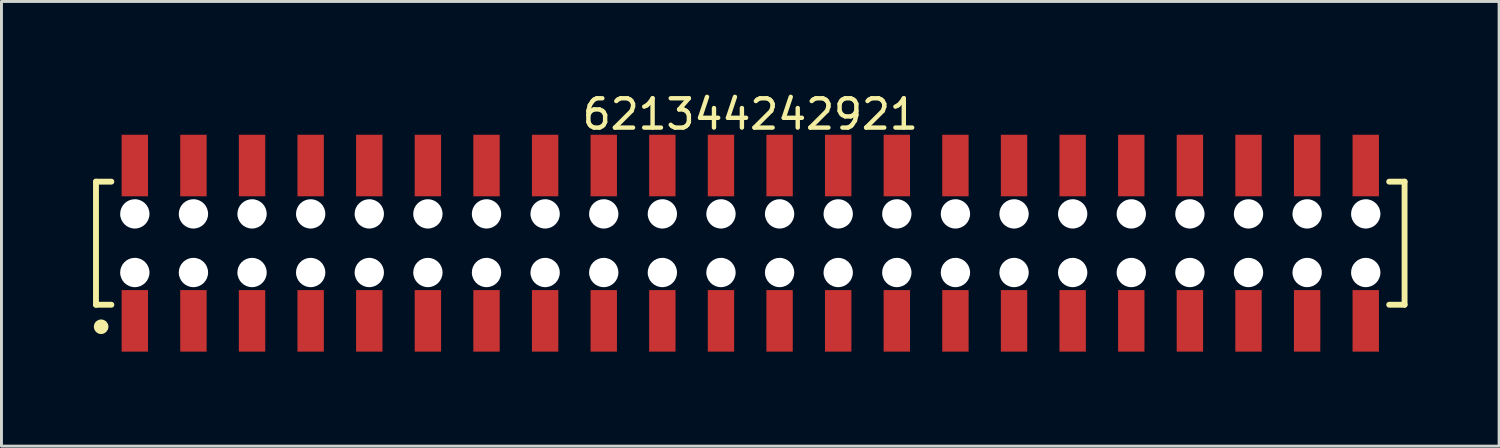
<source format=kicad_pcb>
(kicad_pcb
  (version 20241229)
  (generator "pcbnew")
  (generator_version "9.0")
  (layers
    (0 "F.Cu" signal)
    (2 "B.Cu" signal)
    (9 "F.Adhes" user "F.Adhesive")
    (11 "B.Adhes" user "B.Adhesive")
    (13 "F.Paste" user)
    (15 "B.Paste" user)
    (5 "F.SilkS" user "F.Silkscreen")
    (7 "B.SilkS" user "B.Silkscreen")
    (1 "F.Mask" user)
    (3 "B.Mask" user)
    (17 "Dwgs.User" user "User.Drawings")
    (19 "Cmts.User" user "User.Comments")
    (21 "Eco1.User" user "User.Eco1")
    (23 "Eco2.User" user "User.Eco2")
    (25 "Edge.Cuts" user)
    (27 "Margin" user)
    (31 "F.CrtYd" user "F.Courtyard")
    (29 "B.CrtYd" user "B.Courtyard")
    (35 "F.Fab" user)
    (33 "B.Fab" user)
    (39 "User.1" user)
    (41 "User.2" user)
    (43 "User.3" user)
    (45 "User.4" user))
  (footprint "621344242921"
    (layer "F.Cu")
    (at 22.55 5.248)
    (property "Reference" "621344242921" (at 0 -4.4 0) (layer "F.SilkS") (effects (font (size 1 1) (thickness 0.15))))
    (fp_line (start -22.325 -2.1) (end -21.8 -2.1) (stroke (width 0.2) (type solid)) (layer "F.SilkS"))
    (fp_line (start -22.325 2.1) (end -22.325 -2.1) (stroke (width 0.2) (type solid)) (layer "F.SilkS"))
    (fp_line (start -22.325 2.1) (end -21.8 2.1) (stroke (width 0.2) (type solid)) (layer "F.SilkS"))
    (fp_line (start 21.8 -2.1) (end 22.325 -2.1) (stroke (width 0.2) (type solid)) (layer "F.SilkS"))
    (fp_line (start 21.8 2.1) (end 22.325 2.1) (stroke (width 0.2) (type solid)) (layer "F.SilkS"))
    (fp_line (start 22.325 2.1) (end 22.325 -2.1) (stroke (width 0.2) (type solid)) (layer "F.SilkS"))
    (fp_circle (center -22.15 2.85) (end -22.15 2.725) (stroke (width 0.25) (type solid)) (fill no) (layer "F.SilkS"))
    (fp_line (start -22.525 -3.9) (end 22.525 -3.9) (stroke (width 0.05) (type solid)) (layer "Eco2.User"))
    (fp_line (start -22.525 3.9) (end -22.525 -3.9) (stroke (width 0.05) (type solid)) (layer "Eco2.User"))
    (fp_line (start -22.525 3.9) (end 22.525 3.9) (stroke (width 0.05) (type solid)) (layer "Eco2.User"))
    (fp_line (start -22.2 -2) (end 22.2 -2) (stroke (width 0.1) (type solid)) (layer "Eco2.User"))
    (fp_line (start -22.2 2) (end -22.2 -2) (stroke (width 0.1) (type solid)) (layer "Eco2.User"))
    (fp_line (start -22.2 2) (end 22.2 2) (stroke (width 0.1) (type solid)) (layer "Eco2.User"))
    (fp_line (start -21.25 -3.1) (end -20.75 -3.1) (stroke (width 0.1) (type solid)) (layer "Eco2.User"))
    (fp_line (start -21.25 -2) (end -21.25 -3.1) (stroke (width 0.1) (type solid)) (layer "Eco2.User"))
    (fp_line (start -21.25 3.1) (end -21.25 2) (stroke (width 0.1) (type solid)) (layer "Eco2.User"))
    (fp_line (start -21.25 3.1) (end -20.75 3.1) (stroke (width 0.1) (type solid)) (layer "Eco2.User"))
    (fp_line (start -20.75 -2) (end -20.75 -3.1) (stroke (width 0.1) (type solid)) (layer "Eco2.User"))
    (fp_line (start -20.75 3.1) (end -20.75 2) (stroke (width 0.1) (type solid)) (layer "Eco2.User"))
    (fp_line (start -19.25 -3.1) (end -18.75 -3.1) (stroke (width 0.1) (type solid)) (layer "Eco2.User"))
    (fp_line (start -19.25 -2) (end -19.25 -3.1) (stroke (width 0.1) (type solid)) (layer "Eco2.User"))
    (fp_line (start -19.25 3.1) (end -19.25 2) (stroke (width 0.1) (type solid)) (layer "Eco2.User"))
    (fp_line (start -19.25 3.1) (end -18.75 3.1) (stroke (width 0.1) (type solid)) (layer "Eco2.User"))
    (fp_line (start -18.75 -2) (end -18.75 -3.1) (stroke (width 0.1) (type solid)) (layer "Eco2.User"))
    (fp_line (start -18.75 3.1) (end -18.75 2) (stroke (width 0.1) (type solid)) (layer "Eco2.User"))
    (fp_line (start -17.25 -3.1) (end -16.75 -3.1) (stroke (width 0.1) (type solid)) (layer "Eco2.User"))
    (fp_line (start -17.25 -2) (end -17.25 -3.1) (stroke (width 0.1) (type solid)) (layer "Eco2.User"))
    (fp_line (start -17.25 3.1) (end -17.25 2) (stroke (width 0.1) (type solid)) (layer "Eco2.User"))
    (fp_line (start -17.25 3.1) (end -16.75 3.1) (stroke (width 0.1) (type solid)) (layer "Eco2.User"))
    (fp_line (start -16.75 -2) (end -16.75 -3.1) (stroke (width 0.1) (type solid)) (layer "Eco2.User"))
    (fp_line (start -16.75 3.1) (end -16.75 2) (stroke (width 0.1) (type solid)) (layer "Eco2.User"))
    (fp_line (start -15.25 -3.1) (end -14.75 -3.1) (stroke (width 0.1) (type solid)) (layer "Eco2.User"))
    (fp_line (start -15.25 -2) (end -15.25 -3.1) (stroke (width 0.1) (type solid)) (layer "Eco2.User"))
    (fp_line (start -15.25 3.1) (end -15.25 2) (stroke (width 0.1) (type solid)) (layer "Eco2.User"))
    (fp_line (start -15.25 3.1) (end -14.75 3.1) (stroke (width 0.1) (type solid)) (layer "Eco2.User"))
    (fp_line (start -14.75 -2) (end -14.75 -3.1) (stroke (width 0.1) (type solid)) (layer "Eco2.User"))
    (fp_line (start -14.75 3.1) (end -14.75 2) (stroke (width 0.1) (type solid)) (layer "Eco2.User"))
    (fp_line (start -13.25 -3.1) (end -12.75 -3.1) (stroke (width 0.1) (type solid)) (layer "Eco2.User"))
    (fp_line (start -13.25 -2) (end -13.25 -3.1) (stroke (width 0.1) (type solid)) (layer "Eco2.User"))
    (fp_line (start -13.25 3.1) (end -13.25 2) (stroke (width 0.1) (type solid)) (layer "Eco2.User"))
    (fp_line (start -13.25 3.1) (end -12.75 3.1) (stroke (width 0.1) (type solid)) (layer "Eco2.User"))
    (fp_line (start -12.75 -2) (end -12.75 -3.1) (stroke (width 0.1) (type solid)) (layer "Eco2.User"))
    (fp_line (start -12.75 3.1) (end -12.75 2) (stroke (width 0.1) (type solid)) (layer "Eco2.User"))
    (fp_line (start -11.25 -3.1) (end -10.75 -3.1) (stroke (width 0.1) (type solid)) (layer "Eco2.User"))
    (fp_line (start -11.25 -2) (end -11.25 -3.1) (stroke (width 0.1) (type solid)) (layer "Eco2.User"))
    (fp_line (start -11.25 3.1) (end -11.25 2) (stroke (width 0.1) (type solid)) (layer "Eco2.User"))
    (fp_line (start -11.25 3.1) (end -10.75 3.1) (stroke (width 0.1) (type solid)) (layer "Eco2.User"))
    (fp_line (start -10.75 -2) (end -10.75 -3.1) (stroke (width 0.1) (type solid)) (layer "Eco2.User"))
    (fp_line (start -10.75 3.1) (end -10.75 2) (stroke (width 0.1) (type solid)) (layer "Eco2.User"))
    (fp_line (start -9.25 -3.1) (end -8.75 -3.1) (stroke (width 0.1) (type solid)) (layer "Eco2.User"))
    (fp_line (start -9.25 -2) (end -9.25 -3.1) (stroke (width 0.1) (type solid)) (layer "Eco2.User"))
    (fp_line (start -9.25 3.1) (end -9.25 2) (stroke (width 0.1) (type solid)) (layer "Eco2.User"))
    (fp_line (start -9.25 3.1) (end -8.75 3.1) (stroke (width 0.1) (type solid)) (layer "Eco2.User"))
    (fp_line (start -8.75 -2) (end -8.75 -3.1) (stroke (width 0.1) (type solid)) (layer "Eco2.User"))
    (fp_line (start -8.75 3.1) (end -8.75 2) (stroke (width 0.1) (type solid)) (layer "Eco2.User"))
    (fp_line (start -7.25 -3.1) (end -6.75 -3.1) (stroke (width 0.1) (type solid)) (layer "Eco2.User"))
    (fp_line (start -7.25 -2) (end -7.25 -3.1) (stroke (width 0.1) (type solid)) (layer "Eco2.User"))
    (fp_line (start -7.25 3.1) (end -7.25 2) (stroke (width 0.1) (type solid)) (layer "Eco2.User"))
    (fp_line (start -7.25 3.1) (end -6.75 3.1) (stroke (width 0.1) (type solid)) (layer "Eco2.User"))
    (fp_line (start -6.75 -2) (end -6.75 -3.1) (stroke (width 0.1) (type solid)) (layer "Eco2.User"))
    (fp_line (start -6.75 3.1) (end -6.75 2) (stroke (width 0.1) (type solid)) (layer "Eco2.User"))
    (fp_line (start -5.25 -3.1) (end -4.75 -3.1) (stroke (width 0.1) (type solid)) (layer "Eco2.User"))
    (fp_line (start -5.25 -2) (end -5.25 -3.1) (stroke (width 0.1) (type solid)) (layer "Eco2.User"))
    (fp_line (start -5.25 3.1) (end -5.25 2) (stroke (width 0.1) (type solid)) (layer "Eco2.User"))
    (fp_line (start -5.25 3.1) (end -4.75 3.1) (stroke (width 0.1) (type solid)) (layer "Eco2.User"))
    (fp_line (start -4.75 -2) (end -4.75 -3.1) (stroke (width 0.1) (type solid)) (layer "Eco2.User"))
    (fp_line (start -4.75 3.1) (end -4.75 2) (stroke (width 0.1) (type solid)) (layer "Eco2.User"))
    (fp_line (start -3.25 -3.1) (end -2.75 -3.1) (stroke (width 0.1) (type solid)) (layer "Eco2.User"))
    (fp_line (start -3.25 -2) (end -3.25 -3.1) (stroke (width 0.1) (type solid)) (layer "Eco2.User"))
    (fp_line (start -3.25 3.1) (end -3.25 2) (stroke (width 0.1) (type solid)) (layer "Eco2.User"))
    (fp_line (start -3.25 3.1) (end -2.75 3.1) (stroke (width 0.1) (type solid)) (layer "Eco2.User"))
    (fp_line (start -2.75 -2) (end -2.75 -3.1) (stroke (width 0.1) (type solid)) (layer "Eco2.User"))
    (fp_line (start -2.75 3.1) (end -2.75 2) (stroke (width 0.1) (type solid)) (layer "Eco2.User"))
    (fp_line (start -1.25 -3.1) (end -0.75 -3.1) (stroke (width 0.1) (type solid)) (layer "Eco2.User"))
    (fp_line (start -1.25 -2) (end -1.25 -3.1) (stroke (width 0.1) (type solid)) (layer "Eco2.User"))
    (fp_line (start -1.25 3.1) (end -1.25 2) (stroke (width 0.1) (type solid)) (layer "Eco2.User"))
    (fp_line (start -1.25 3.1) (end -0.75 3.1) (stroke (width 0.1) (type solid)) (layer "Eco2.User"))
    (fp_line (start -0.75 -2) (end -0.75 -3.1) (stroke (width 0.1) (type solid)) (layer "Eco2.User"))
    (fp_line (start -0.75 3.1) (end -0.75 2) (stroke (width 0.1) (type solid)) (layer "Eco2.User"))
    (fp_line (start -0.5 0) (end 0.5 0) (stroke (width 0.05) (type solid)) (layer "Eco2.User"))
    (fp_line (start 0 0.5) (end 0 -0.5) (stroke (width 0.05) (type solid)) (layer "Eco2.User"))
    (fp_line (start 0.75 -3.1) (end 1.25 -3.1) (stroke (width 0.1) (type solid)) (layer "Eco2.User"))
    (fp_line (start 0.75 -2) (end 0.75 -3.1) (stroke (width 0.1) (type solid)) (layer "Eco2.User"))
    (fp_line (start 0.75 3.1) (end 0.75 2) (stroke (width 0.1) (type solid)) (layer "Eco2.User"))
    (fp_line (start 0.75 3.1) (end 1.25 3.1) (stroke (width 0.1) (type solid)) (layer "Eco2.User"))
    (fp_line (start 1.25 -2) (end 1.25 -3.1) (stroke (width 0.1) (type solid)) (layer "Eco2.User"))
    (fp_line (start 1.25 3.1) (end 1.25 2) (stroke (width 0.1) (type solid)) (layer "Eco2.User"))
    (fp_line (start 2.75 -3.1) (end 3.25 -3.1) (stroke (width 0.1) (type solid)) (layer "Eco2.User"))
    (fp_line (start 2.75 -2) (end 2.75 -3.1) (stroke (width 0.1) (type solid)) (layer "Eco2.User"))
    (fp_line (start 2.75 3.1) (end 2.75 2) (stroke (width 0.1) (type solid)) (layer "Eco2.User"))
    (fp_line (start 2.75 3.1) (end 3.25 3.1) (stroke (width 0.1) (type solid)) (layer "Eco2.User"))
    (fp_line (start 3.25 -2) (end 3.25 -3.1) (stroke (width 0.1) (type solid)) (layer "Eco2.User"))
    (fp_line (start 3.25 3.1) (end 3.25 2) (stroke (width 0.1) (type solid)) (layer "Eco2.User"))
    (fp_line (start 4.75 -3.1) (end 5.25 -3.1) (stroke (width 0.1) (type solid)) (layer "Eco2.User"))
    (fp_line (start 4.75 -2) (end 4.75 -3.1) (stroke (width 0.1) (type solid)) (layer "Eco2.User"))
    (fp_line (start 4.75 3.1) (end 4.75 2) (stroke (width 0.1) (type solid)) (layer "Eco2.User"))
    (fp_line (start 4.75 3.1) (end 5.25 3.1) (stroke (width 0.1) (type solid)) (layer "Eco2.User"))
    (fp_line (start 5.25 -2) (end 5.25 -3.1) (stroke (width 0.1) (type solid)) (layer "Eco2.User"))
    (fp_line (start 5.25 3.1) (end 5.25 2) (stroke (width 0.1) (type solid)) (layer "Eco2.User"))
    (fp_line (start 6.75 -3.1) (end 7.25 -3.1) (stroke (width 0.1) (type solid)) (layer "Eco2.User"))
    (fp_line (start 6.75 -2) (end 6.75 -3.1) (stroke (width 0.1) (type solid)) (layer "Eco2.User"))
    (fp_line (start 6.75 3.1) (end 6.75 2) (stroke (width 0.1) (type solid)) (layer "Eco2.User"))
    (fp_line (start 6.75 3.1) (end 7.25 3.1) (stroke (width 0.1) (type solid)) (layer "Eco2.User"))
    (fp_line (start 7.25 -2) (end 7.25 -3.1) (stroke (width 0.1) (type solid)) (layer "Eco2.User"))
    (fp_line (start 7.25 3.1) (end 7.25 2) (stroke (width 0.1) (type solid)) (layer "Eco2.User"))
    (fp_line (start 8.75 -3.1) (end 9.25 -3.1) (stroke (width 0.1) (type solid)) (layer "Eco2.User"))
    (fp_line (start 8.75 -2) (end 8.75 -3.1) (stroke (width 0.1) (type solid)) (layer "Eco2.User"))
    (fp_line (start 8.75 3.1) (end 8.75 2) (stroke (width 0.1) (type solid)) (layer "Eco2.User"))
    (fp_line (start 8.75 3.1) (end 9.25 3.1) (stroke (width 0.1) (type solid)) (layer "Eco2.User"))
    (fp_line (start 9.25 -2) (end 9.25 -3.1) (stroke (width 0.1) (type solid)) (layer "Eco2.User"))
    (fp_line (start 9.25 3.1) (end 9.25 2) (stroke (width 0.1) (type solid)) (layer "Eco2.User"))
    (fp_line (start 10.75 -3.1) (end 11.25 -3.1) (stroke (width 0.1) (type solid)) (layer "Eco2.User"))
    (fp_line (start 10.75 -2) (end 10.75 -3.1) (stroke (width 0.1) (type solid)) (layer "Eco2.User"))
    (fp_line (start 10.75 3.1) (end 10.75 2) (stroke (width 0.1) (type solid)) (layer "Eco2.User"))
    (fp_line (start 10.75 3.1) (end 11.25 3.1) (stroke (width 0.1) (type solid)) (layer "Eco2.User"))
    (fp_line (start 11.25 -2) (end 11.25 -3.1) (stroke (width 0.1) (type solid)) (layer "Eco2.User"))
    (fp_line (start 11.25 3.1) (end 11.25 2) (stroke (width 0.1) (type solid)) (layer "Eco2.User"))
    (fp_line (start 12.75 -3.1) (end 13.25 -3.1) (stroke (width 0.1) (type solid)) (layer "Eco2.User"))
    (fp_line (start 12.75 -2) (end 12.75 -3.1) (stroke (width 0.1) (type solid)) (layer "Eco2.User"))
    (fp_line (start 12.75 3.1) (end 12.75 2) (stroke (width 0.1) (type solid)) (layer "Eco2.User"))
    (fp_line (start 12.75 3.1) (end 13.25 3.1) (stroke (width 0.1) (type solid)) (layer "Eco2.User"))
    (fp_line (start 13.25 -2) (end 13.25 -3.1) (stroke (width 0.1) (type solid)) (layer "Eco2.User"))
    (fp_line (start 13.25 3.1) (end 13.25 2) (stroke (width 0.1) (type solid)) (layer "Eco2.User"))
    (fp_line (start 14.75 -3.1) (end 15.25 -3.1) (stroke (width 0.1) (type solid)) (layer "Eco2.User"))
    (fp_line (start 14.75 -2) (end 14.75 -3.1) (stroke (width 0.1) (type solid)) (layer "Eco2.User"))
    (fp_line (start 14.75 3.1) (end 14.75 2) (stroke (width 0.1) (type solid)) (layer "Eco2.User"))
    (fp_line (start 14.75 3.1) (end 15.25 3.1) (stroke (width 0.1) (type solid)) (layer "Eco2.User"))
    (fp_line (start 15.25 -2) (end 15.25 -3.1) (stroke (width 0.1) (type solid)) (layer "Eco2.User"))
    (fp_line (start 15.25 3.1) (end 15.25 2) (stroke (width 0.1) (type solid)) (layer "Eco2.User"))
    (fp_line (start 16.75 -3.1) (end 17.25 -3.1) (stroke (width 0.1) (type solid)) (layer "Eco2.User"))
    (fp_line (start 16.75 -2) (end 16.75 -3.1) (stroke (width 0.1) (type solid)) (layer "Eco2.User"))
    (fp_line (start 16.75 3.1) (end 16.75 2) (stroke (width 0.1) (type solid)) (layer "Eco2.User"))
    (fp_line (start 16.75 3.1) (end 17.25 3.1) (stroke (width 0.1) (type solid)) (layer "Eco2.User"))
    (fp_line (start 17.25 -2) (end 17.25 -3.1) (stroke (width 0.1) (type solid)) (layer "Eco2.User"))
    (fp_line (start 17.25 3.1) (end 17.25 2) (stroke (width 0.1) (type solid)) (layer "Eco2.User"))
    (fp_line (start 18.75 -3.1) (end 19.25 -3.1) (stroke (width 0.1) (type solid)) (layer "Eco2.User"))
    (fp_line (start 18.75 -2) (end 18.75 -3.1) (stroke (width 0.1) (type solid)) (layer "Eco2.User"))
    (fp_line (start 18.75 3.1) (end 18.75 2) (stroke (width 0.1) (type solid)) (layer "Eco2.User"))
    (fp_line (start 18.75 3.1) (end 19.25 3.1) (stroke (width 0.1) (type solid)) (layer "Eco2.User"))
    (fp_line (start 19.25 -2) (end 19.25 -3.1) (stroke (width 0.1) (type solid)) (layer "Eco2.User"))
    (fp_line (start 19.25 3.1) (end 19.25 2) (stroke (width 0.1) (type solid)) (layer "Eco2.User"))
    (fp_line (start 20.75 -3.1) (end 21.25 -3.1) (stroke (width 0.1) (type solid)) (layer "Eco2.User"))
    (fp_line (start 20.75 -2) (end 20.75 -3.1) (stroke (width 0.1) (type solid)) (layer "Eco2.User"))
    (fp_line (start 20.75 3.1) (end 20.75 2) (stroke (width 0.1) (type solid)) (layer "Eco2.User"))
    (fp_line (start 20.75 3.1) (end 21.25 3.1) (stroke (width 0.1) (type solid)) (layer "Eco2.User"))
    (fp_line (start 21.25 -2) (end 21.25 -3.1) (stroke (width 0.1) (type solid)) (layer "Eco2.User"))
    (fp_line (start 21.25 3.1) (end 21.25 2) (stroke (width 0.1) (type solid)) (layer "Eco2.User"))
    (fp_line (start 22.2 2) (end 22.2 -2) (stroke (width 0.1) (type solid)) (layer "Eco2.User"))
    (fp_line (start 22.525 3.9) (end 22.525 -3.9) (stroke (width 0.05) (type solid)) (layer "Eco2.User"))
    (fp_text user "${REFERENCE}" (at 0.15 -0.197 0) (unlocked yes) (layer "User.3") (effects (font (size 1.5 1.5) (thickness 0.15))))
    (pad "" np_thru_hole circle (at -21 -1) (size 1 1) (drill 1) (layers "*.Cu" "*.Mask"))
    (pad "" np_thru_hole circle (at -21 1) (size 1 1) (drill 1) (layers "*.Cu" "*.Mask"))
    (pad "" np_thru_hole circle (at -19 -1) (size 1 1) (drill 1) (layers "*.Cu" "*.Mask"))
    (pad "" np_thru_hole circle (at -19 1) (size 1 1) (drill 1) (layers "*.Cu" "*.Mask"))
    (pad "" np_thru_hole circle (at -17 -1) (size 1 1) (drill 1) (layers "*.Cu" "*.Mask"))
    (pad "" np_thru_hole circle (at -17 1) (size 1 1) (drill 1) (layers "*.Cu" "*.Mask"))
    (pad "" np_thru_hole circle (at -15 -1) (size 1 1) (drill 1) (layers "*.Cu" "*.Mask"))
    (pad "" np_thru_hole circle (at -15 1) (size 1 1) (drill 1) (layers "*.Cu" "*.Mask"))
    (pad "" np_thru_hole circle (at -13 -1) (size 1 1) (drill 1) (layers "*.Cu" "*.Mask"))
    (pad "" np_thru_hole circle (at -13 1) (size 1 1) (drill 1) (layers "*.Cu" "*.Mask"))
    (pad "" np_thru_hole circle (at -11 -1) (size 1 1) (drill 1) (layers "*.Cu" "*.Mask"))
    (pad "" np_thru_hole circle (at -11 1) (size 1 1) (drill 1) (layers "*.Cu" "*.Mask"))
    (pad "" np_thru_hole circle (at -9 -1) (size 1 1) (drill 1) (layers "*.Cu" "*.Mask"))
    (pad "" np_thru_hole circle (at -9 1) (size 1 1) (drill 1) (layers "*.Cu" "*.Mask"))
    (pad "" np_thru_hole circle (at -7 -1) (size 1 1) (drill 1) (layers "*.Cu" "*.Mask"))
    (pad "" np_thru_hole circle (at -7 1) (size 1 1) (drill 1) (layers "*.Cu" "*.Mask"))
    (pad "" np_thru_hole circle (at -5 -1) (size 1 1) (drill 1) (layers "*.Cu" "*.Mask"))
    (pad "" np_thru_hole circle (at -5 1) (size 1 1) (drill 1) (layers "*.Cu" "*.Mask"))
    (pad "" np_thru_hole circle (at -3 -1) (size 1 1) (drill 1) (layers "*.Cu" "*.Mask"))
    (pad "" np_thru_hole circle (at -3 1) (size 1 1) (drill 1) (layers "*.Cu" "*.Mask"))
    (pad "" np_thru_hole circle (at -1 -1) (size 1 1) (drill 1) (layers "*.Cu" "*.Mask"))
    (pad "" np_thru_hole circle (at -1 1) (size 1 1) (drill 1) (layers "*.Cu" "*.Mask"))
    (pad "" np_thru_hole circle (at 1 -1) (size 1 1) (drill 1) (layers "*.Cu" "*.Mask"))
    (pad "" np_thru_hole circle (at 1 1) (size 1 1) (drill 1) (layers "*.Cu" "*.Mask"))
    (pad "" np_thru_hole circle (at 3 -1) (size 1 1) (drill 1) (layers "*.Cu" "*.Mask"))
    (pad "" np_thru_hole circle (at 3 1) (size 1 1) (drill 1) (layers "*.Cu" "*.Mask"))
    (pad "" np_thru_hole circle (at 5 -1) (size 1 1) (drill 1) (layers "*.Cu" "*.Mask"))
    (pad "" np_thru_hole circle (at 5 1) (size 1 1) (drill 1) (layers "*.Cu" "*.Mask"))
    (pad "" np_thru_hole circle (at 7 -1) (size 1 1) (drill 1) (layers "*.Cu" "*.Mask"))
    (pad "" np_thru_hole circle (at 7 1) (size 1 1) (drill 1) (layers "*.Cu" "*.Mask"))
    (pad "" np_thru_hole circle (at 9 -1) (size 1 1) (drill 1) (layers "*.Cu" "*.Mask"))
    (pad "" np_thru_hole circle (at 9 1) (size 1 1) (drill 1) (layers "*.Cu" "*.Mask"))
    (pad "" np_thru_hole circle (at 11 -1) (size 1 1) (drill 1) (layers "*.Cu" "*.Mask"))
    (pad "" np_thru_hole circle (at 11 1) (size 1 1) (drill 1) (layers "*.Cu" "*.Mask"))
    (pad "" np_thru_hole circle (at 13 -1) (size 1 1) (drill 1) (layers "*.Cu" "*.Mask"))
    (pad "" np_thru_hole circle (at 13 1) (size 1 1) (drill 1) (layers "*.Cu" "*.Mask"))
    (pad "" np_thru_hole circle (at 15 -1) (size 1 1) (drill 1) (layers "*.Cu" "*.Mask"))
    (pad "" np_thru_hole circle (at 15 1) (size 1 1) (drill 1) (layers "*.Cu" "*.Mask"))
    (pad "" np_thru_hole circle (at 17 -1) (size 1 1) (drill 1) (layers "*.Cu" "*.Mask"))
    (pad "" np_thru_hole circle (at 17 1) (size 1 1) (drill 1) (layers "*.Cu" "*.Mask"))
    (pad "" np_thru_hole circle (at 19 -1) (size 1 1) (drill 1) (layers "*.Cu" "*.Mask"))
    (pad "" np_thru_hole circle (at 19 1) (size 1 1) (drill 1) (layers "*.Cu" "*.Mask"))
    (pad "" np_thru_hole circle (at 21 -1) (size 1 1) (drill 1) (layers "*.Cu" "*.Mask"))
    (pad "" np_thru_hole circle (at 21 1) (size 1 1) (drill 1) (layers "*.Cu" "*.Mask"))
    (pad "1" smd rect (at -21 2.65) (size 0.9 2.1) (layers "F.Cu" "F.Mask" "F.Paste"))
    (pad "2" smd rect (at -21 -2.65) (size 0.9 2.1) (layers "F.Cu" "F.Mask" "F.Paste"))
    (pad "3" smd rect (at -19 2.65) (size 0.9 2.1) (layers "F.Cu" "F.Mask" "F.Paste"))
    (pad "4" smd rect (at -19 -2.65) (size 0.9 2.1) (layers "F.Cu" "F.Mask" "F.Paste"))
    (pad "5" smd rect (at -17 2.65) (size 0.9 2.1) (layers "F.Cu" "F.Mask" "F.Paste"))
    (pad "6" smd rect (at -17 -2.65) (size 0.9 2.1) (layers "F.Cu" "F.Mask" "F.Paste"))
    (pad "7" smd rect (at -15 2.65) (size 0.9 2.1) (layers "F.Cu" "F.Mask" "F.Paste"))
    (pad "8" smd rect (at -15 -2.65) (size 0.9 2.1) (layers "F.Cu" "F.Mask" "F.Paste"))
    (pad "9" smd rect (at -13 2.65) (size 0.9 2.1) (layers "F.Cu" "F.Mask" "F.Paste"))
    (pad "10" smd rect (at -13 -2.65) (size 0.9 2.1) (layers "F.Cu" "F.Mask" "F.Paste"))
    (pad "11" smd rect (at -11 2.65) (size 0.9 2.1) (layers "F.Cu" "F.Mask" "F.Paste"))
    (pad "12" smd rect (at -11 -2.65) (size 0.9 2.1) (layers "F.Cu" "F.Mask" "F.Paste"))
    (pad "13" smd rect (at -9 2.65) (size 0.9 2.1) (layers "F.Cu" "F.Mask" "F.Paste"))
    (pad "14" smd rect (at -9 -2.65) (size 0.9 2.1) (layers "F.Cu" "F.Mask" "F.Paste"))
    (pad "15" smd rect (at -7 2.65) (size 0.9 2.1) (layers "F.Cu" "F.Mask" "F.Paste"))
    (pad "16" smd rect (at -7 -2.65) (size 0.9 2.1) (layers "F.Cu" "F.Mask" "F.Paste"))
    (pad "17" smd rect (at -5 2.65) (size 0.9 2.1) (layers "F.Cu" "F.Mask" "F.Paste"))
    (pad "18" smd rect (at -5 -2.65) (size 0.9 2.1) (layers "F.Cu" "F.Mask" "F.Paste"))
    (pad "19" smd rect (at -3 2.65) (size 0.9 2.1) (layers "F.Cu" "F.Mask" "F.Paste"))
    (pad "20" smd rect (at -3 -2.65) (size 0.9 2.1) (layers "F.Cu" "F.Mask" "F.Paste"))
    (pad "21" smd rect (at -1 2.65) (size 0.9 2.1) (layers "F.Cu" "F.Mask" "F.Paste"))
    (pad "22" smd rect (at -1 -2.65) (size 0.9 2.1) (layers "F.Cu" "F.Mask" "F.Paste"))
    (pad "23" smd rect (at 1 2.65) (size 0.9 2.1) (layers "F.Cu" "F.Mask" "F.Paste"))
    (pad "24" smd rect (at 1 -2.65) (size 0.9 2.1) (layers "F.Cu" "F.Mask" "F.Paste"))
    (pad "25" smd rect (at 3 2.65) (size 0.9 2.1) (layers "F.Cu" "F.Mask" "F.Paste"))
    (pad "26" smd rect (at 3 -2.65) (size 0.9 2.1) (layers "F.Cu" "F.Mask" "F.Paste"))
    (pad "27" smd rect (at 5 2.65) (size 0.9 2.1) (layers "F.Cu" "F.Mask" "F.Paste"))
    (pad "28" smd rect (at 5 -2.65) (size 0.9 2.1) (layers "F.Cu" "F.Mask" "F.Paste"))
    (pad "29" smd rect (at 7 2.65) (size 0.9 2.1) (layers "F.Cu" "F.Mask" "F.Paste"))
    (pad "30" smd rect (at 7 -2.65) (size 0.9 2.1) (layers "F.Cu" "F.Mask" "F.Paste"))
    (pad "31" smd rect (at 9 2.65) (size 0.9 2.1) (layers "F.Cu" "F.Mask" "F.Paste"))
    (pad "32" smd rect (at 9 -2.65) (size 0.9 2.1) (layers "F.Cu" "F.Mask" "F.Paste"))
    (pad "33" smd rect (at 11 2.65) (size 0.9 2.1) (layers "F.Cu" "F.Mask" "F.Paste"))
    (pad "34" smd rect (at 11 -2.65) (size 0.9 2.1) (layers "F.Cu" "F.Mask" "F.Paste"))
    (pad "35" smd rect (at 13 2.65) (size 0.9 2.1) (layers "F.Cu" "F.Mask" "F.Paste"))
    (pad "36" smd rect (at 13 -2.65) (size 0.9 2.1) (layers "F.Cu" "F.Mask" "F.Paste"))
    (pad "37" smd rect (at 15 2.65) (size 0.9 2.1) (layers "F.Cu" "F.Mask" "F.Paste"))
    (pad "38" smd rect (at 15 -2.65) (size 0.9 2.1) (layers "F.Cu" "F.Mask" "F.Paste"))
    (pad "39" smd rect (at 17 2.65) (size 0.9 2.1) (layers "F.Cu" "F.Mask" "F.Paste"))
    (pad "40" smd rect (at 17 -2.65) (size 0.9 2.1) (layers "F.Cu" "F.Mask" "F.Paste"))
    (pad "41" smd rect (at 19 2.65) (size 0.9 2.1) (layers "F.Cu" "F.Mask" "F.Paste"))
    (pad "42" smd rect (at 19 -2.65) (size 0.9 2.1) (layers "F.Cu" "F.Mask" "F.Paste"))
    (pad "43" smd rect (at 21 2.65) (size 0.9 2.1) (layers "F.Cu" "F.Mask" "F.Paste"))
    (pad "44" smd rect (at 21 -2.65) (size 0.9 2.1) (layers "F.Cu" "F.Mask" "F.Paste")))
  (gr_rect
    (start -3 -3)
    (end 48.1 12.173)
    (stroke (width 0.1) (type default))
    (fill no)
    (layer "Edge.Cuts")))
</source>
